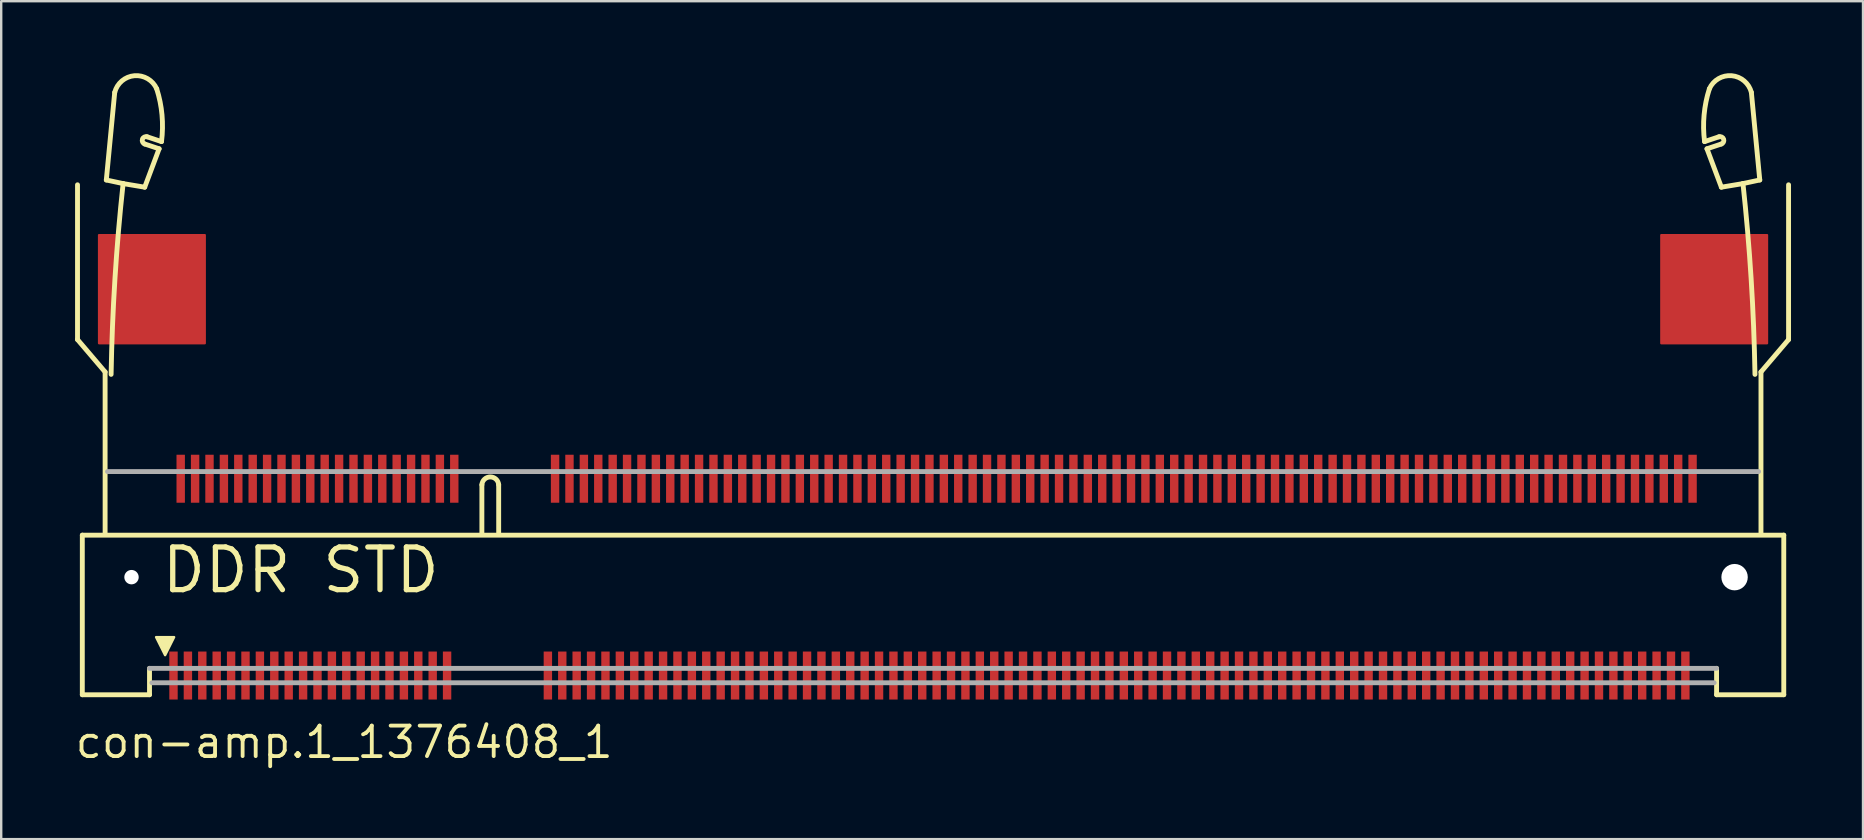
<source format=kicad_pcb>
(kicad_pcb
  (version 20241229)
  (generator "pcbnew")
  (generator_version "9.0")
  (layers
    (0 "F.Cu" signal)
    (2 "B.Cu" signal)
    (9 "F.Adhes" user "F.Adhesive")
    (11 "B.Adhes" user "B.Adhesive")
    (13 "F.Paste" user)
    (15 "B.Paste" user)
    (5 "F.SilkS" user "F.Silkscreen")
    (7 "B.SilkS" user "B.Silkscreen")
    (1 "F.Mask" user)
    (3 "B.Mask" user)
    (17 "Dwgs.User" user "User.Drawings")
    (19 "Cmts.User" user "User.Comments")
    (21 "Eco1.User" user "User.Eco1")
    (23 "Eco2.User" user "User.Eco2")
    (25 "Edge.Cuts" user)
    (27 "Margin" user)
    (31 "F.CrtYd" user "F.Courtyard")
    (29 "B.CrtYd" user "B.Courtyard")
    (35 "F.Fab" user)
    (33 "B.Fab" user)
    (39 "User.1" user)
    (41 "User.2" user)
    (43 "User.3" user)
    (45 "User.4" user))
  (footprint "con-amp.1_1376408_1"
    (layer "F.Cu")
    (at 36.83 21)
    (property "Reference" "con-amp.1_1376408_1" (at -36.83 7.62 0) (layer "F.SilkS") (effects (font (size 1.27 1.27) (thickness 0.16)) (justify left bottom)))
    (attr smd)
    (fp_line (start -36.65 -16.35) (end -36.65 -9.9) (stroke (width 0.203) (type default)) (layer "F.SilkS"))
    (fp_line (start -36.65 -9.9) (end -35.5 -8.55) (stroke (width 0.203) (type default)) (layer "F.SilkS"))
    (fp_line (start -36.45 -1.75) (end -36.45 4.9) (stroke (width 0.203) (type default)) (layer "F.SilkS"))
    (fp_line (start -36.45 4.9) (end -33.65 4.9) (stroke (width 0.203) (type default)) (layer "F.SilkS"))
    (fp_line (start -35.5 -8.55) (end -35.5 -1.85) (stroke (width 0.203) (type default)) (layer "F.SilkS"))
    (fp_line (start -35.45 -16.55) (end -34.75 -16.4) (stroke (width 0.203) (type default)) (layer "F.SilkS"))
    (fp_line (start -35.1 -20.2) (end -35.45 -16.55) (stroke (width 0.203) (type default)) (layer "F.SilkS"))
    (fp_line (start -34.75 -16.4) (end -33.85 -16.25) (stroke (width 0.203) (type default)) (layer "F.SilkS"))
    (fp_line (start -33.85 -16.25) (end -33.25 -17.85) (stroke (width 0.203) (type default)) (layer "F.SilkS"))
    (fp_line (start -33.75 -18.35) (end -33.15 -18.15) (stroke (width 0.203) (type default)) (layer "F.SilkS"))
    (fp_line (start -33.65 4.9) (end -33.65 3.8) (stroke (width 0.203) (type default)) (layer "F.SilkS"))
    (fp_line (start -33.25 -17.85) (end -33.85 -18.05) (stroke (width 0.203) (type default)) (layer "F.SilkS"))
    (fp_line (start -19.8 -3.85) (end -19.8 -1.85) (stroke (width 0.203) (type default)) (layer "F.SilkS"))
    (fp_line (start -19.1 -3.85) (end -19.1 -1.85) (stroke (width 0.203) (type default)) (layer "F.SilkS"))
    (fp_line (start 31.25 -17.85) (end 31.85 -18.05) (stroke (width 0.203) (type default)) (layer "F.SilkS"))
    (fp_line (start 31.65 3.8) (end 31.65 4.9) (stroke (width 0.203) (type default)) (layer "F.SilkS"))
    (fp_line (start 31.65 4.9) (end 34.45 4.9) (stroke (width 0.203) (type default)) (layer "F.SilkS"))
    (fp_line (start 31.75 -18.35) (end 31.15 -18.15) (stroke (width 0.203) (type default)) (layer "F.SilkS"))
    (fp_line (start 31.85 -16.25) (end 31.25 -17.85) (stroke (width 0.203) (type default)) (layer "F.SilkS"))
    (fp_line (start 32.75 -16.4) (end 31.85 -16.25) (stroke (width 0.203) (type default)) (layer "F.SilkS"))
    (fp_line (start 33.1 -20.2) (end 33.45 -16.55) (stroke (width 0.203) (type default)) (layer "F.SilkS"))
    (fp_line (start 33.45 -16.55) (end 32.75 -16.4) (stroke (width 0.203) (type default)) (layer "F.SilkS"))
    (fp_line (start 33.5 -8.55) (end 33.5 -1.85) (stroke (width 0.203) (type default)) (layer "F.SilkS"))
    (fp_line (start 34.45 -1.75) (end -36.45 -1.75) (stroke (width 0.203) (type default)) (layer "F.SilkS"))
    (fp_line (start 34.45 4.9) (end 34.45 -1.75) (stroke (width 0.203) (type default)) (layer "F.SilkS"))
    (fp_line (start 34.65 -16.35) (end 34.65 -9.9) (stroke (width 0.203) (type default)) (layer "F.SilkS"))
    (fp_line (start 34.65 -9.9) (end 33.5 -8.55) (stroke (width 0.203) (type default)) (layer "F.SilkS"))
    (fp_arc (start -35.25 -8.45) (mid -35.090252 -12.430676) (end -34.75 -16.4) (stroke (width 0.2032) (type default)) (layer "F.SilkS"))
    (fp_arc (start -35.1 -20.2) (mid -34.27818 -20.895428) (end -33.35 -20.35) (stroke (width 0.2032) (type default)) (layer "F.SilkS"))
    (fp_arc (start -33.85 -18.05) (mid -33.945277 -18.248426) (end -33.75 -18.35) (stroke (width 0.2032) (type default)) (layer "F.SilkS"))
    (fp_arc (start -33.35 -20.35) (mid -33.129251 -19.260977) (end -33.15 -18.15) (stroke (width 0.2032) (type default)) (layer "F.SilkS"))
    (fp_arc (start -19.8 -3.85) (mid -19.45 -4.175892) (end -19.1 -3.85) (stroke (width 0.2032) (type default)) (layer "F.SilkS"))
    (fp_arc (start 31.15 -18.15) (mid 31.129251 -19.260977) (end 31.35 -20.35) (stroke (width 0.2032) (type default)) (layer "F.SilkS"))
    (fp_arc (start 31.35 -20.35) (mid 32.27818 -20.895428) (end 33.1 -20.2) (stroke (width 0.2032) (type default)) (layer "F.SilkS"))
    (fp_arc (start 31.75 -18.35) (mid 31.945277 -18.248426) (end 31.85 -18.05) (stroke (width 0.2032) (type default)) (layer "F.SilkS"))
    (fp_arc (start 32.75 -16.4) (mid 33.090252 -12.430676) (end 33.25 -8.45) (stroke (width 0.2032) (type default)) (layer "F.SilkS"))
    (fp_poly (pts (xy -33 3.25) (xy -33.375 2.5) (xy -32.625 2.5)) (stroke (width 0.102) (type default)) (fill yes) (layer "F.SilkS"))
    (fp_line (start -35.4 -4.4) (end 33.4 -4.4) (stroke (width 0.203) (type default)) (layer "F.Fab"))
    (fp_line (start -33.65 3.8) (end 31.65 3.8) (stroke (width 0.203) (type default)) (layer "F.Fab"))
    (fp_line (start -33.55 4.4) (end 31.55 4.4) (stroke (width 0.203) (type default)) (layer "F.Fab"))
    (fp_text user "DDR STD" (at -33.25 0.75 0) (layer "F.SilkS") (effects (font (size 1.778 1.778) (thickness 0.22)) (justify left bottom)))
    (pad "" np_thru_hole circle (at -34.4 0) (size 0.6 0.6) (drill 0.6) (layers "*.Cu" "*.Mask"))
    (pad "" np_thru_hole circle (at 32.4 0) (size 1.1 1.1) (drill 1.1) (layers "*.Cu" "*.Mask"))
    (pad "1" smd roundrect (at -32.65 4.1 90) (size 2 0.35) (layers "F.Cu" "F.Mask" "F.Paste") (roundrect_rratio 0.01))
    (pad "2" smd roundrect (at -32.35 -4.1 90) (size 2 0.35) (layers "F.Cu" "F.Mask" "F.Paste") (roundrect_rratio 0.01))
    (pad "3" smd roundrect (at -32.05 4.1 90) (size 2 0.35) (layers "F.Cu" "F.Mask" "F.Paste") (roundrect_rratio 0.01))
    (pad "4" smd roundrect (at -31.75 -4.1 90) (size 2 0.35) (layers "F.Cu" "F.Mask" "F.Paste") (roundrect_rratio 0.01))
    (pad "5" smd roundrect (at -31.45 4.1 90) (size 2 0.35) (layers "F.Cu" "F.Mask" "F.Paste") (roundrect_rratio 0.01))
    (pad "6" smd roundrect (at -31.15 -4.1 90) (size 2 0.35) (layers "F.Cu" "F.Mask" "F.Paste") (roundrect_rratio 0.01))
    (pad "7" smd roundrect (at -30.85 4.1 90) (size 2 0.35) (layers "F.Cu" "F.Mask" "F.Paste") (roundrect_rratio 0.01))
    (pad "8" smd roundrect (at -30.55 -4.1 90) (size 2 0.35) (layers "F.Cu" "F.Mask" "F.Paste") (roundrect_rratio 0.01))
    (pad "9" smd roundrect (at -30.25 4.1 90) (size 2 0.35) (layers "F.Cu" "F.Mask" "F.Paste") (roundrect_rratio 0.01))
    (pad "10" smd roundrect (at -29.95 -4.1 90) (size 2 0.35) (layers "F.Cu" "F.Mask" "F.Paste") (roundrect_rratio 0.01))
    (pad "11" smd roundrect (at -29.65 4.1 90) (size 2 0.35) (layers "F.Cu" "F.Mask" "F.Paste") (roundrect_rratio 0.01))
    (pad "12" smd roundrect (at -29.35 -4.1 90) (size 2 0.35) (layers "F.Cu" "F.Mask" "F.Paste") (roundrect_rratio 0.01))
    (pad "13" smd roundrect (at -29.05 4.1 90) (size 2 0.35) (layers "F.Cu" "F.Mask" "F.Paste") (roundrect_rratio 0.01))
    (pad "14" smd roundrect (at -28.75 -4.1 90) (size 2 0.35) (layers "F.Cu" "F.Mask" "F.Paste") (roundrect_rratio 0.01))
    (pad "15" smd roundrect (at -28.45 4.1 90) (size 2 0.35) (layers "F.Cu" "F.Mask" "F.Paste") (roundrect_rratio 0.01))
    (pad "16" smd roundrect (at -28.15 -4.1 90) (size 2 0.35) (layers "F.Cu" "F.Mask" "F.Paste") (roundrect_rratio 0.01))
    (pad "17" smd roundrect (at -27.85 4.1 90) (size 2 0.35) (layers "F.Cu" "F.Mask" "F.Paste") (roundrect_rratio 0.01))
    (pad "18" smd roundrect (at -27.55 -4.1 90) (size 2 0.35) (layers "F.Cu" "F.Mask" "F.Paste") (roundrect_rratio 0.01))
    (pad "19" smd roundrect (at -27.25 4.1 90) (size 2 0.35) (layers "F.Cu" "F.Mask" "F.Paste") (roundrect_rratio 0.01))
    (pad "20" smd roundrect (at -26.95 -4.1 90) (size 2 0.35) (layers "F.Cu" "F.Mask" "F.Paste") (roundrect_rratio 0.01))
    (pad "21" smd roundrect (at -26.65 4.1 90) (size 2 0.35) (layers "F.Cu" "F.Mask" "F.Paste") (roundrect_rratio 0.01))
    (pad "22" smd roundrect (at -26.35 -4.1 90) (size 2 0.35) (layers "F.Cu" "F.Mask" "F.Paste") (roundrect_rratio 0.01))
    (pad "23" smd roundrect (at -26.05 4.1 90) (size 2 0.35) (layers "F.Cu" "F.Mask" "F.Paste") (roundrect_rratio 0.01))
    (pad "24" smd roundrect (at -25.75 -4.1 90) (size 2 0.35) (layers "F.Cu" "F.Mask" "F.Paste") (roundrect_rratio 0.01))
    (pad "25" smd roundrect (at -25.45 4.1 90) (size 2 0.35) (layers "F.Cu" "F.Mask" "F.Paste") (roundrect_rratio 0.01))
    (pad "26" smd roundrect (at -25.15 -4.1 90) (size 2 0.35) (layers "F.Cu" "F.Mask" "F.Paste") (roundrect_rratio 0.01))
    (pad "27" smd roundrect (at -24.85 4.1 90) (size 2 0.35) (layers "F.Cu" "F.Mask" "F.Paste") (roundrect_rratio 0.01))
    (pad "28" smd roundrect (at -24.55 -4.1 90) (size 2 0.35) (layers "F.Cu" "F.Mask" "F.Paste") (roundrect_rratio 0.01))
    (pad "29" smd roundrect (at -24.25 4.1 90) (size 2 0.35) (layers "F.Cu" "F.Mask" "F.Paste") (roundrect_rratio 0.01))
    (pad "30" smd roundrect (at -23.95 -4.1 90) (size 2 0.35) (layers "F.Cu" "F.Mask" "F.Paste") (roundrect_rratio 0.01))
    (pad "31" smd roundrect (at -23.65 4.1 90) (size 2 0.35) (layers "F.Cu" "F.Mask" "F.Paste") (roundrect_rratio 0.01))
    (pad "32" smd roundrect (at -23.35 -4.1 90) (size 2 0.35) (layers "F.Cu" "F.Mask" "F.Paste") (roundrect_rratio 0.01))
    (pad "33" smd roundrect (at -23.05 4.1 90) (size 2 0.35) (layers "F.Cu" "F.Mask" "F.Paste") (roundrect_rratio 0.01))
    (pad "34" smd roundrect (at -22.75 -4.1 90) (size 2 0.35) (layers "F.Cu" "F.Mask" "F.Paste") (roundrect_rratio 0.01))
    (pad "35" smd roundrect (at -22.45 4.1 90) (size 2 0.35) (layers "F.Cu" "F.Mask" "F.Paste") (roundrect_rratio 0.01))
    (pad "36" smd roundrect (at -22.15 -4.1 90) (size 2 0.35) (layers "F.Cu" "F.Mask" "F.Paste") (roundrect_rratio 0.01))
    (pad "37" smd roundrect (at -21.85 4.1 90) (size 2 0.35) (layers "F.Cu" "F.Mask" "F.Paste") (roundrect_rratio 0.01))
    (pad "38" smd roundrect (at -21.55 -4.1 90) (size 2 0.35) (layers "F.Cu" "F.Mask" "F.Paste") (roundrect_rratio 0.01))
    (pad "39" smd roundrect (at -21.25 4.1 90) (size 2 0.35) (layers "F.Cu" "F.Mask" "F.Paste") (roundrect_rratio 0.01))
    (pad "40" smd roundrect (at -20.95 -4.1 90) (size 2 0.35) (layers "F.Cu" "F.Mask" "F.Paste") (roundrect_rratio 0.01))
    (pad "41" smd roundrect (at -17.05 4.1 90) (size 2 0.35) (layers "F.Cu" "F.Mask" "F.Paste") (roundrect_rratio 0.01))
    (pad "42" smd roundrect (at -16.75 -4.1 90) (size 2 0.35) (layers "F.Cu" "F.Mask" "F.Paste") (roundrect_rratio 0.01))
    (pad "43" smd roundrect (at -16.45 4.1 90) (size 2 0.35) (layers "F.Cu" "F.Mask" "F.Paste") (roundrect_rratio 0.01))
    (pad "44" smd roundrect (at -16.15 -4.1 90) (size 2 0.35) (layers "F.Cu" "F.Mask" "F.Paste") (roundrect_rratio 0.01))
    (pad "45" smd roundrect (at -15.85 4.1 90) (size 2 0.35) (layers "F.Cu" "F.Mask" "F.Paste") (roundrect_rratio 0.01))
    (pad "46" smd roundrect (at -15.55 -4.1 90) (size 2 0.35) (layers "F.Cu" "F.Mask" "F.Paste") (roundrect_rratio 0.01))
    (pad "47" smd roundrect (at -15.25 4.1 90) (size 2 0.35) (layers "F.Cu" "F.Mask" "F.Paste") (roundrect_rratio 0.01))
    (pad "48" smd roundrect (at -14.95 -4.1 90) (size 2 0.35) (layers "F.Cu" "F.Mask" "F.Paste") (roundrect_rratio 0.01))
    (pad "49" smd roundrect (at -14.65 4.1 90) (size 2 0.35) (layers "F.Cu" "F.Mask" "F.Paste") (roundrect_rratio 0.01))
    (pad "50" smd roundrect (at -14.35 -4.1 90) (size 2 0.35) (layers "F.Cu" "F.Mask" "F.Paste") (roundrect_rratio 0.01))
    (pad "51" smd roundrect (at -14.05 4.1 90) (size 2 0.35) (layers "F.Cu" "F.Mask" "F.Paste") (roundrect_rratio 0.01))
    (pad "52" smd roundrect (at -13.75 -4.1 90) (size 2 0.35) (layers "F.Cu" "F.Mask" "F.Paste") (roundrect_rratio 0.01))
    (pad "53" smd roundrect (at -13.45 4.1 90) (size 2 0.35) (layers "F.Cu" "F.Mask" "F.Paste") (roundrect_rratio 0.01))
    (pad "54" smd roundrect (at -13.15 -4.1 90) (size 2 0.35) (layers "F.Cu" "F.Mask" "F.Paste") (roundrect_rratio 0.01))
    (pad "55" smd roundrect (at -12.85 4.1 90) (size 2 0.35) (layers "F.Cu" "F.Mask" "F.Paste") (roundrect_rratio 0.01))
    (pad "56" smd roundrect (at -12.55 -4.1 90) (size 2 0.35) (layers "F.Cu" "F.Mask" "F.Paste") (roundrect_rratio 0.01))
    (pad "57" smd roundrect (at -12.25 4.1 90) (size 2 0.35) (layers "F.Cu" "F.Mask" "F.Paste") (roundrect_rratio 0.01))
    (pad "58" smd roundrect (at -11.95 -4.1 90) (size 2 0.35) (layers "F.Cu" "F.Mask" "F.Paste") (roundrect_rratio 0.01))
    (pad "59" smd roundrect (at -11.65 4.1 90) (size 2 0.35) (layers "F.Cu" "F.Mask" "F.Paste") (roundrect_rratio 0.01))
    (pad "60" smd roundrect (at -11.35 -4.1 90) (size 2 0.35) (layers "F.Cu" "F.Mask" "F.Paste") (roundrect_rratio 0.01))
    (pad "61" smd roundrect (at -11.05 4.1 90) (size 2 0.35) (layers "F.Cu" "F.Mask" "F.Paste") (roundrect_rratio 0.01))
    (pad "62" smd roundrect (at -10.75 -4.1 90) (size 2 0.35) (layers "F.Cu" "F.Mask" "F.Paste") (roundrect_rratio 0.01))
    (pad "63" smd roundrect (at -10.45 4.1 90) (size 2 0.35) (layers "F.Cu" "F.Mask" "F.Paste") (roundrect_rratio 0.01))
    (pad "64" smd roundrect (at -10.15 -4.1 90) (size 2 0.35) (layers "F.Cu" "F.Mask" "F.Paste") (roundrect_rratio 0.01))
    (pad "65" smd roundrect (at -9.85 4.1 90) (size 2 0.35) (layers "F.Cu" "F.Mask" "F.Paste") (roundrect_rratio 0.01))
    (pad "66" smd roundrect (at -9.55 -4.1 90) (size 2 0.35) (layers "F.Cu" "F.Mask" "F.Paste") (roundrect_rratio 0.01))
    (pad "67" smd roundrect (at -9.25 4.1 90) (size 2 0.35) (layers "F.Cu" "F.Mask" "F.Paste") (roundrect_rratio 0.01))
    (pad "68" smd roundrect (at -8.95 -4.1 90) (size 2 0.35) (layers "F.Cu" "F.Mask" "F.Paste") (roundrect_rratio 0.01))
    (pad "69" smd roundrect (at -8.65 4.1 90) (size 2 0.35) (layers "F.Cu" "F.Mask" "F.Paste") (roundrect_rratio 0.01))
    (pad "70" smd roundrect (at -8.35 -4.1 90) (size 2 0.35) (layers "F.Cu" "F.Mask" "F.Paste") (roundrect_rratio 0.01))
    (pad "71" smd roundrect (at -8.05 4.1 90) (size 2 0.35) (layers "F.Cu" "F.Mask" "F.Paste") (roundrect_rratio 0.01))
    (pad "72" smd roundrect (at -7.75 -4.1 90) (size 2 0.35) (layers "F.Cu" "F.Mask" "F.Paste") (roundrect_rratio 0.01))
    (pad "73" smd roundrect (at -7.45 4.1 90) (size 2 0.35) (layers "F.Cu" "F.Mask" "F.Paste") (roundrect_rratio 0.01))
    (pad "74" smd roundrect (at -7.15 -4.1 90) (size 2 0.35) (layers "F.Cu" "F.Mask" "F.Paste") (roundrect_rratio 0.01))
    (pad "75" smd roundrect (at -6.85 4.1 90) (size 2 0.35) (layers "F.Cu" "F.Mask" "F.Paste") (roundrect_rratio 0.01))
    (pad "76" smd roundrect (at -6.55 -4.1 90) (size 2 0.35) (layers "F.Cu" "F.Mask" "F.Paste") (roundrect_rratio 0.01))
    (pad "77" smd roundrect (at -6.25 4.1 90) (size 2 0.35) (layers "F.Cu" "F.Mask" "F.Paste") (roundrect_rratio 0.01))
    (pad "78" smd roundrect (at -5.95 -4.1 90) (size 2 0.35) (layers "F.Cu" "F.Mask" "F.Paste") (roundrect_rratio 0.01))
    (pad "79" smd roundrect (at -5.65 4.1 90) (size 2 0.35) (layers "F.Cu" "F.Mask" "F.Paste") (roundrect_rratio 0.01))
    (pad "80" smd roundrect (at -5.35 -4.1 90) (size 2 0.35) (layers "F.Cu" "F.Mask" "F.Paste") (roundrect_rratio 0.01))
    (pad "81" smd roundrect (at -5.05 4.1 90) (size 2 0.35) (layers "F.Cu" "F.Mask" "F.Paste") (roundrect_rratio 0.01))
    (pad "82" smd roundrect (at -4.75 -4.1 90) (size 2 0.35) (layers "F.Cu" "F.Mask" "F.Paste") (roundrect_rratio 0.01))
    (pad "83" smd roundrect (at -4.45 4.1 90) (size 2 0.35) (layers "F.Cu" "F.Mask" "F.Paste") (roundrect_rratio 0.01))
    (pad "84" smd roundrect (at -4.15 -4.1 90) (size 2 0.35) (layers "F.Cu" "F.Mask" "F.Paste") (roundrect_rratio 0.01))
    (pad "85" smd roundrect (at -3.85 4.1 90) (size 2 0.35) (layers "F.Cu" "F.Mask" "F.Paste") (roundrect_rratio 0.01))
    (pad "86" smd roundrect (at -3.55 -4.1 90) (size 2 0.35) (layers "F.Cu" "F.Mask" "F.Paste") (roundrect_rratio 0.01))
    (pad "87" smd roundrect (at -3.25 4.1 90) (size 2 0.35) (layers "F.Cu" "F.Mask" "F.Paste") (roundrect_rratio 0.01))
    (pad "88" smd roundrect (at -2.95 -4.1 90) (size 2 0.35) (layers "F.Cu" "F.Mask" "F.Paste") (roundrect_rratio 0.01))
    (pad "89" smd roundrect (at -2.65 4.1 90) (size 2 0.35) (layers "F.Cu" "F.Mask" "F.Paste") (roundrect_rratio 0.01))
    (pad "90" smd roundrect (at -2.35 -4.1 90) (size 2 0.35) (layers "F.Cu" "F.Mask" "F.Paste") (roundrect_rratio 0.01))
    (pad "91" smd roundrect (at -2.05 4.1 90) (size 2 0.35) (layers "F.Cu" "F.Mask" "F.Paste") (roundrect_rratio 0.01))
    (pad "92" smd roundrect (at -1.75 -4.1 90) (size 2 0.35) (layers "F.Cu" "F.Mask" "F.Paste") (roundrect_rratio 0.01))
    (pad "93" smd roundrect (at -1.45 4.1 90) (size 2 0.35) (layers "F.Cu" "F.Mask" "F.Paste") (roundrect_rratio 0.01))
    (pad "94" smd roundrect (at -1.15 -4.1 90) (size 2 0.35) (layers "F.Cu" "F.Mask" "F.Paste") (roundrect_rratio 0.01))
    (pad "95" smd roundrect (at -0.85 4.1 90) (size 2 0.35) (layers "F.Cu" "F.Mask" "F.Paste") (roundrect_rratio 0.01))
    (pad "96" smd roundrect (at -0.55 -4.1 90) (size 2 0.35) (layers "F.Cu" "F.Mask" "F.Paste") (roundrect_rratio 0.01))
    (pad "97" smd roundrect (at -0.25 4.1 90) (size 2 0.35) (layers "F.Cu" "F.Mask" "F.Paste") (roundrect_rratio 0.01))
    (pad "98" smd roundrect (at 0.05 -4.1 90) (size 2 0.35) (layers "F.Cu" "F.Mask" "F.Paste") (roundrect_rratio 0.01))
    (pad "99" smd roundrect (at 0.35 4.1 90) (size 2 0.35) (layers "F.Cu" "F.Mask" "F.Paste") (roundrect_rratio 0.01))
    (pad "100" smd roundrect (at 0.65 -4.1 90) (size 2 0.35) (layers "F.Cu" "F.Mask" "F.Paste") (roundrect_rratio 0.01))
    (pad "101" smd roundrect (at 0.95 4.1 90) (size 2 0.35) (layers "F.Cu" "F.Mask" "F.Paste") (roundrect_rratio 0.01))
    (pad "102" smd roundrect (at 1.25 -4.1 90) (size 2 0.35) (layers "F.Cu" "F.Mask" "F.Paste") (roundrect_rratio 0.01))
    (pad "103" smd roundrect (at 1.55 4.1 90) (size 2 0.35) (layers "F.Cu" "F.Mask" "F.Paste") (roundrect_rratio 0.01))
    (pad "104" smd roundrect (at 1.85 -4.1 90) (size 2 0.35) (layers "F.Cu" "F.Mask" "F.Paste") (roundrect_rratio 0.01))
    (pad "105" smd roundrect (at 2.15 4.1 90) (size 2 0.35) (layers "F.Cu" "F.Mask" "F.Paste") (roundrect_rratio 0.01))
    (pad "106" smd roundrect (at 2.45 -4.1 90) (size 2 0.35) (layers "F.Cu" "F.Mask" "F.Paste") (roundrect_rratio 0.01))
    (pad "107" smd roundrect (at 2.75 4.1 90) (size 2 0.35) (layers "F.Cu" "F.Mask" "F.Paste") (roundrect_rratio 0.01))
    (pad "108" smd roundrect (at 3.05 -4.1 90) (size 2 0.35) (layers "F.Cu" "F.Mask" "F.Paste") (roundrect_rratio 0.01))
    (pad "109" smd roundrect (at 3.35 4.1 90) (size 2 0.35) (layers "F.Cu" "F.Mask" "F.Paste") (roundrect_rratio 0.01))
    (pad "110" smd roundrect (at 3.65 -4.1 90) (size 2 0.35) (layers "F.Cu" "F.Mask" "F.Paste") (roundrect_rratio 0.01))
    (pad "111" smd roundrect (at 3.95 4.1 90) (size 2 0.35) (layers "F.Cu" "F.Mask" "F.Paste") (roundrect_rratio 0.01))
    (pad "112" smd roundrect (at 4.25 -4.1 90) (size 2 0.35) (layers "F.Cu" "F.Mask" "F.Paste") (roundrect_rratio 0.01))
    (pad "113" smd roundrect (at 4.55 4.1 90) (size 2 0.35) (layers "F.Cu" "F.Mask" "F.Paste") (roundrect_rratio 0.01))
    (pad "114" smd roundrect (at 4.85 -4.1 90) (size 2 0.35) (layers "F.Cu" "F.Mask" "F.Paste") (roundrect_rratio 0.01))
    (pad "115" smd roundrect (at 5.15 4.1 90) (size 2 0.35) (layers "F.Cu" "F.Mask" "F.Paste") (roundrect_rratio 0.01))
    (pad "116" smd roundrect (at 5.45 -4.1 90) (size 2 0.35) (layers "F.Cu" "F.Mask" "F.Paste") (roundrect_rratio 0.01))
    (pad "117" smd roundrect (at 5.75 4.1 90) (size 2 0.35) (layers "F.Cu" "F.Mask" "F.Paste") (roundrect_rratio 0.01))
    (pad "118" smd roundrect (at 6.05 -4.1 90) (size 2 0.35) (layers "F.Cu" "F.Mask" "F.Paste") (roundrect_rratio 0.01))
    (pad "119" smd roundrect (at 6.35 4.1 90) (size 2 0.35) (layers "F.Cu" "F.Mask" "F.Paste") (roundrect_rratio 0.01))
    (pad "120" smd roundrect (at 6.65 -4.1 90) (size 2 0.35) (layers "F.Cu" "F.Mask" "F.Paste") (roundrect_rratio 0.01))
    (pad "121" smd roundrect (at 6.95 4.1 90) (size 2 0.35) (layers "F.Cu" "F.Mask" "F.Paste") (roundrect_rratio 0.01))
    (pad "122" smd roundrect (at 7.25 -4.1 90) (size 2 0.35) (layers "F.Cu" "F.Mask" "F.Paste") (roundrect_rratio 0.01))
    (pad "123" smd roundrect (at 7.55 4.1 90) (size 2 0.35) (layers "F.Cu" "F.Mask" "F.Paste") (roundrect_rratio 0.01))
    (pad "124" smd roundrect (at 7.85 -4.1 90) (size 2 0.35) (layers "F.Cu" "F.Mask" "F.Paste") (roundrect_rratio 0.01))
    (pad "125" smd roundrect (at 8.15 4.1 90) (size 2 0.35) (layers "F.Cu" "F.Mask" "F.Paste") (roundrect_rratio 0.01))
    (pad "126" smd roundrect (at 8.45 -4.1 90) (size 2 0.35) (layers "F.Cu" "F.Mask" "F.Paste") (roundrect_rratio 0.01))
    (pad "127" smd roundrect (at 8.75 4.1 90) (size 2 0.35) (layers "F.Cu" "F.Mask" "F.Paste") (roundrect_rratio 0.01))
    (pad "128" smd roundrect (at 9.05 -4.1 90) (size 2 0.35) (layers "F.Cu" "F.Mask" "F.Paste") (roundrect_rratio 0.01))
    (pad "129" smd roundrect (at 9.35 4.1 90) (size 2 0.35) (layers "F.Cu" "F.Mask" "F.Paste") (roundrect_rratio 0.01))
    (pad "130" smd roundrect (at 9.65 -4.1 90) (size 2 0.35) (layers "F.Cu" "F.Mask" "F.Paste") (roundrect_rratio 0.01))
    (pad "131" smd roundrect (at 9.95 4.1 90) (size 2 0.35) (layers "F.Cu" "F.Mask" "F.Paste") (roundrect_rratio 0.01))
    (pad "132" smd roundrect (at 10.25 -4.1 90) (size 2 0.35) (layers "F.Cu" "F.Mask" "F.Paste") (roundrect_rratio 0.01))
    (pad "133" smd roundrect (at 10.55 4.1 90) (size 2 0.35) (layers "F.Cu" "F.Mask" "F.Paste") (roundrect_rratio 0.01))
    (pad "134" smd roundrect (at 10.85 -4.1 90) (size 2 0.35) (layers "F.Cu" "F.Mask" "F.Paste") (roundrect_rratio 0.01))
    (pad "135" smd roundrect (at 11.15 4.1 90) (size 2 0.35) (layers "F.Cu" "F.Mask" "F.Paste") (roundrect_rratio 0.01))
    (pad "136" smd roundrect (at 11.45 -4.1 90) (size 2 0.35) (layers "F.Cu" "F.Mask" "F.Paste") (roundrect_rratio 0.01))
    (pad "137" smd roundrect (at 11.75 4.1 90) (size 2 0.35) (layers "F.Cu" "F.Mask" "F.Paste") (roundrect_rratio 0.01))
    (pad "138" smd roundrect (at 12.05 -4.1 90) (size 2 0.35) (layers "F.Cu" "F.Mask" "F.Paste") (roundrect_rratio 0.01))
    (pad "139" smd roundrect (at 12.35 4.1 90) (size 2 0.35) (layers "F.Cu" "F.Mask" "F.Paste") (roundrect_rratio 0.01))
    (pad "140" smd roundrect (at 12.65 -4.1 90) (size 2 0.35) (layers "F.Cu" "F.Mask" "F.Paste") (roundrect_rratio 0.01))
    (pad "141" smd roundrect (at 12.95 4.1 90) (size 2 0.35) (layers "F.Cu" "F.Mask" "F.Paste") (roundrect_rratio 0.01))
    (pad "142" smd roundrect (at 13.25 -4.1 90) (size 2 0.35) (layers "F.Cu" "F.Mask" "F.Paste") (roundrect_rratio 0.01))
    (pad "143" smd roundrect (at 13.55 4.1 90) (size 2 0.35) (layers "F.Cu" "F.Mask" "F.Paste") (roundrect_rratio 0.01))
    (pad "144" smd roundrect (at 13.85 -4.1 90) (size 2 0.35) (layers "F.Cu" "F.Mask" "F.Paste") (roundrect_rratio 0.01))
    (pad "145" smd roundrect (at 14.15 4.1 90) (size 2 0.35) (layers "F.Cu" "F.Mask" "F.Paste") (roundrect_rratio 0.01))
    (pad "146" smd roundrect (at 14.45 -4.1 90) (size 2 0.35) (layers "F.Cu" "F.Mask" "F.Paste") (roundrect_rratio 0.01))
    (pad "147" smd roundrect (at 14.75 4.1 90) (size 2 0.35) (layers "F.Cu" "F.Mask" "F.Paste") (roundrect_rratio 0.01))
    (pad "148" smd roundrect (at 15.05 -4.1 90) (size 2 0.35) (layers "F.Cu" "F.Mask" "F.Paste") (roundrect_rratio 0.01))
    (pad "149" smd roundrect (at 15.35 4.1 90) (size 2 0.35) (layers "F.Cu" "F.Mask" "F.Paste") (roundrect_rratio 0.01))
    (pad "150" smd roundrect (at 15.65 -4.1 90) (size 2 0.35) (layers "F.Cu" "F.Mask" "F.Paste") (roundrect_rratio 0.01))
    (pad "151" smd roundrect (at 15.95 4.1 90) (size 2 0.35) (layers "F.Cu" "F.Mask" "F.Paste") (roundrect_rratio 0.01))
    (pad "152" smd roundrect (at 16.25 -4.1 90) (size 2 0.35) (layers "F.Cu" "F.Mask" "F.Paste") (roundrect_rratio 0.01))
    (pad "153" smd roundrect (at 16.55 4.1 90) (size 2 0.35) (layers "F.Cu" "F.Mask" "F.Paste") (roundrect_rratio 0.01))
    (pad "154" smd roundrect (at 16.85 -4.1 90) (size 2 0.35) (layers "F.Cu" "F.Mask" "F.Paste") (roundrect_rratio 0.01))
    (pad "155" smd roundrect (at 17.15 4.1 90) (size 2 0.35) (layers "F.Cu" "F.Mask" "F.Paste") (roundrect_rratio 0.01))
    (pad "156" smd roundrect (at 17.45 -4.1 90) (size 2 0.35) (layers "F.Cu" "F.Mask" "F.Paste") (roundrect_rratio 0.01))
    (pad "157" smd roundrect (at 17.75 4.1 90) (size 2 0.35) (layers "F.Cu" "F.Mask" "F.Paste") (roundrect_rratio 0.01))
    (pad "158" smd roundrect (at 18.05 -4.1 90) (size 2 0.35) (layers "F.Cu" "F.Mask" "F.Paste") (roundrect_rratio 0.01))
    (pad "159" smd roundrect (at 18.35 4.1 90) (size 2 0.35) (layers "F.Cu" "F.Mask" "F.Paste") (roundrect_rratio 0.01))
    (pad "160" smd roundrect (at 18.65 -4.1 90) (size 2 0.35) (layers "F.Cu" "F.Mask" "F.Paste") (roundrect_rratio 0.01))
    (pad "161" smd roundrect (at 18.95 4.1 90) (size 2 0.35) (layers "F.Cu" "F.Mask" "F.Paste") (roundrect_rratio 0.01))
    (pad "162" smd roundrect (at 19.25 -4.1 90) (size 2 0.35) (layers "F.Cu" "F.Mask" "F.Paste") (roundrect_rratio 0.01))
    (pad "163" smd roundrect (at 19.55 4.1 90) (size 2 0.35) (layers "F.Cu" "F.Mask" "F.Paste") (roundrect_rratio 0.01))
    (pad "164" smd roundrect (at 19.85 -4.1 90) (size 2 0.35) (layers "F.Cu" "F.Mask" "F.Paste") (roundrect_rratio 0.01))
    (pad "165" smd roundrect (at 20.15 4.1 90) (size 2 0.35) (layers "F.Cu" "F.Mask" "F.Paste") (roundrect_rratio 0.01))
    (pad "166" smd roundrect (at 20.45 -4.1 90) (size 2 0.35) (layers "F.Cu" "F.Mask" "F.Paste") (roundrect_rratio 0.01))
    (pad "167" smd roundrect (at 20.75 4.1 90) (size 2 0.35) (layers "F.Cu" "F.Mask" "F.Paste") (roundrect_rratio 0.01))
    (pad "168" smd roundrect (at 21.05 -4.1 90) (size 2 0.35) (layers "F.Cu" "F.Mask" "F.Paste") (roundrect_rratio 0.01))
    (pad "169" smd roundrect (at 21.35 4.1 90) (size 2 0.35) (layers "F.Cu" "F.Mask" "F.Paste") (roundrect_rratio 0.01))
    (pad "170" smd roundrect (at 21.65 -4.1 90) (size 2 0.35) (layers "F.Cu" "F.Mask" "F.Paste") (roundrect_rratio 0.01))
    (pad "171" smd roundrect (at 21.95 4.1 90) (size 2 0.35) (layers "F.Cu" "F.Mask" "F.Paste") (roundrect_rratio 0.01))
    (pad "172" smd roundrect (at 22.25 -4.1 90) (size 2 0.35) (layers "F.Cu" "F.Mask" "F.Paste") (roundrect_rratio 0.01))
    (pad "173" smd roundrect (at 22.55 4.1 90) (size 2 0.35) (layers "F.Cu" "F.Mask" "F.Paste") (roundrect_rratio 0.01))
    (pad "174" smd roundrect (at 22.85 -4.1 90) (size 2 0.35) (layers "F.Cu" "F.Mask" "F.Paste") (roundrect_rratio 0.01))
    (pad "175" smd roundrect (at 23.15 4.1 90) (size 2 0.35) (layers "F.Cu" "F.Mask" "F.Paste") (roundrect_rratio 0.01))
    (pad "176" smd roundrect (at 23.45 -4.1 90) (size 2 0.35) (layers "F.Cu" "F.Mask" "F.Paste") (roundrect_rratio 0.01))
    (pad "177" smd roundrect (at 23.75 4.1 90) (size 2 0.35) (layers "F.Cu" "F.Mask" "F.Paste") (roundrect_rratio 0.01))
    (pad "178" smd roundrect (at 24.05 -4.1 90) (size 2 0.35) (layers "F.Cu" "F.Mask" "F.Paste") (roundrect_rratio 0.01))
    (pad "179" smd roundrect (at 24.35 4.1 90) (size 2 0.35) (layers "F.Cu" "F.Mask" "F.Paste") (roundrect_rratio 0.01))
    (pad "180" smd roundrect (at 24.65 -4.1 90) (size 2 0.35) (layers "F.Cu" "F.Mask" "F.Paste") (roundrect_rratio 0.01))
    (pad "181" smd roundrect (at 24.95 4.1 90) (size 2 0.35) (layers "F.Cu" "F.Mask" "F.Paste") (roundrect_rratio 0.01))
    (pad "182" smd roundrect (at 25.25 -4.1 90) (size 2 0.35) (layers "F.Cu" "F.Mask" "F.Paste") (roundrect_rratio 0.01))
    (pad "183" smd roundrect (at 25.55 4.1 90) (size 2 0.35) (layers "F.Cu" "F.Mask" "F.Paste") (roundrect_rratio 0.01))
    (pad "184" smd roundrect (at 25.85 -4.1 90) (size 2 0.35) (layers "F.Cu" "F.Mask" "F.Paste") (roundrect_rratio 0.01))
    (pad "185" smd roundrect (at 26.15 4.1 90) (size 2 0.35) (layers "F.Cu" "F.Mask" "F.Paste") (roundrect_rratio 0.01))
    (pad "186" smd roundrect (at 26.45 -4.1 90) (size 2 0.35) (layers "F.Cu" "F.Mask" "F.Paste") (roundrect_rratio 0.01))
    (pad "187" smd roundrect (at 26.75 4.1 90) (size 2 0.35) (layers "F.Cu" "F.Mask" "F.Paste") (roundrect_rratio 0.01))
    (pad "188" smd roundrect (at 27.05 -4.1 90) (size 2 0.35) (layers "F.Cu" "F.Mask" "F.Paste") (roundrect_rratio 0.01))
    (pad "189" smd roundrect (at 27.35 4.1 90) (size 2 0.35) (layers "F.Cu" "F.Mask" "F.Paste") (roundrect_rratio 0.01))
    (pad "190" smd roundrect (at 27.65 -4.1 90) (size 2 0.35) (layers "F.Cu" "F.Mask" "F.Paste") (roundrect_rratio 0.01))
    (pad "191" smd roundrect (at 27.95 4.1 90) (size 2 0.35) (layers "F.Cu" "F.Mask" "F.Paste") (roundrect_rratio 0.01))
    (pad "192" smd roundrect (at 28.25 -4.1 90) (size 2 0.35) (layers "F.Cu" "F.Mask" "F.Paste") (roundrect_rratio 0.01))
    (pad "193" smd roundrect (at 28.55 4.1 90) (size 2 0.35) (layers "F.Cu" "F.Mask" "F.Paste") (roundrect_rratio 0.01))
    (pad "194" smd roundrect (at 28.85 -4.1 90) (size 2 0.35) (layers "F.Cu" "F.Mask" "F.Paste") (roundrect_rratio 0.01))
    (pad "195" smd roundrect (at 29.15 4.1 90) (size 2 0.35) (layers "F.Cu" "F.Mask" "F.Paste") (roundrect_rratio 0.01))
    (pad "196" smd roundrect (at 29.45 -4.1 90) (size 2 0.35) (layers "F.Cu" "F.Mask" "F.Paste") (roundrect_rratio 0.01))
    (pad "197" smd roundrect (at 29.75 4.1 90) (size 2 0.35) (layers "F.Cu" "F.Mask" "F.Paste") (roundrect_rratio 0.01))
    (pad "198" smd roundrect (at 30.05 -4.1 90) (size 2 0.35) (layers "F.Cu" "F.Mask" "F.Paste") (roundrect_rratio 0.01))
    (pad "199" smd roundrect (at 30.35 4.1 90) (size 2 0.35) (layers "F.Cu" "F.Mask" "F.Paste") (roundrect_rratio 0.01))
    (pad "200" smd roundrect (at 30.65 -4.1 90) (size 2 0.35) (layers "F.Cu" "F.Mask" "F.Paste") (roundrect_rratio 0.01))
    (pad "M1" smd roundrect (at -33.55 -12) (size 4.5 4.6) (layers "F.Cu" "F.Mask" "F.Paste") (roundrect_rratio 0.01))
    (pad "M2" smd roundrect (at 31.55 -12) (size 4.5 4.6) (layers "F.Cu" "F.Mask" "F.Paste") (roundrect_rratio 0.01)))
  (gr_rect
    (start -3 -3)
    (end 74.582 31.918)
    (stroke (width 0.1) (type default))
    (fill no)
    (layer "Edge.Cuts")))
</source>
